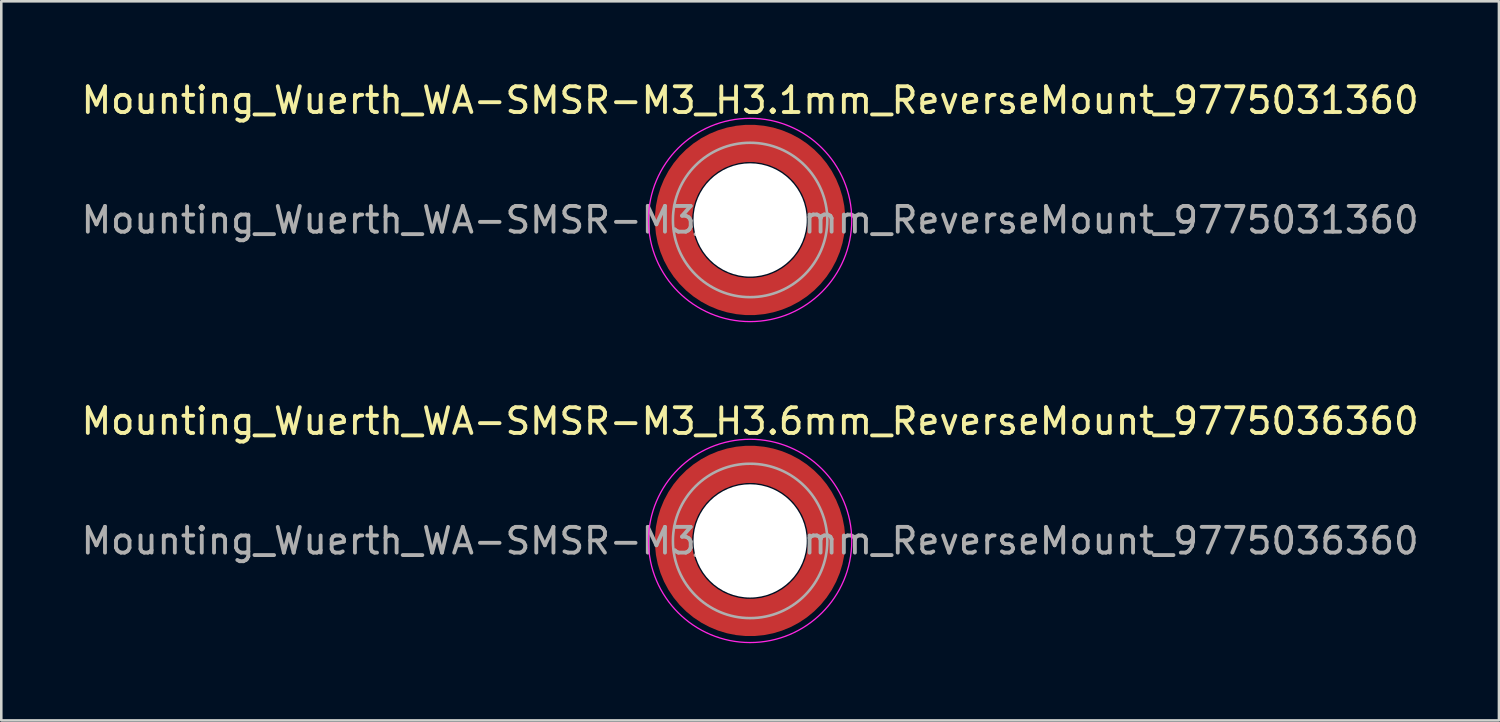
<source format=kicad_pcb>
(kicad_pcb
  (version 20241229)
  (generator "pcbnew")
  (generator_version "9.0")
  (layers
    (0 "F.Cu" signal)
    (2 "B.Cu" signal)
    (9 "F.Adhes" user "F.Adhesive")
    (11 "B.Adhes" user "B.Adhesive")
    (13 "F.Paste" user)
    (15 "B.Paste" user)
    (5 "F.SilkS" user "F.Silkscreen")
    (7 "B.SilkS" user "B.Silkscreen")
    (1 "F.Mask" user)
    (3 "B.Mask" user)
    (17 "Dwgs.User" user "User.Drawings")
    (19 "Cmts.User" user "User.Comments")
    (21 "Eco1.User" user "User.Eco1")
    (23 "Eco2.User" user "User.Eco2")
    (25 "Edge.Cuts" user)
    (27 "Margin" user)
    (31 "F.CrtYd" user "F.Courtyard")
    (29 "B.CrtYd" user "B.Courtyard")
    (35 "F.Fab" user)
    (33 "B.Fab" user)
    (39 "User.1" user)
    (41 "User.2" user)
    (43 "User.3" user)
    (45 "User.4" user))
  (footprint "Mounting_Wuerth_WA-SMSR-M3_H3.1mm_ReverseMount_9775031360"
    (layer "F.Cu")
    (at 26.101 5.498)
    (property "Reference" "Mounting_Wuerth_WA-SMSR-M3_H3.1mm_ReverseMount_9775031360" (at 0 -4.65 0) (layer "F.SilkS") (effects (font (size 1 1) (thickness 0.15))))
    (attr smd allow_soldermask_bridges)
    (fp_circle (center 0 0) (end 3.95 0) (stroke (width 0.05) (type solid)) (fill no) (layer "F.CrtYd"))
    (fp_circle (center 0 0) (end 3 0) (stroke (width 0.1) (type solid)) (fill no) (layer "F.Fab"))
    (fp_text user "${REFERENCE}" (at 0 0 0) (layer "F.Fab") (effects (font (size 1 1) (thickness 0.15))))
    (pad "" smd custom (at -2.095 -2.095) (size 0.672 0.672) (layers "F.Paste") (options (anchor circle)) (primitives (gr_arc (start -0.24231 1.594804) (mid 0.404819 0.404819) (end 1.594804 -0.24231) (width 0.2)) (gr_arc (start -0.3398 1.594804) (mid 0.337349 0.337349) (end 1.594804 -0.3398) (width 0.2)) (gr_arc (start -0.437132 1.594804) (mid 0.269879 0.269879) (end 1.594804 -0.437132) (width 0.2)) (gr_arc (start -0.534324 1.594804) (mid 0.202409 0.202409) (end 1.594804 -0.534324) (width 0.2)) (gr_arc (start -0.631391 1.594804) (mid 0.13494 0.13494) (end 1.594804 -0.631391) (width 0.2)) (gr_arc (start -0.728345 1.594804) (mid 0.06747 0.06747) (end 1.594804 -0.728345) (width 0.2)) (gr_arc (start -0.825197 1.594804) (mid 0 0) (end 1.594804 -0.825197) (width 0.2)) (gr_arc (start -0.921958 1.594804) (mid -0.06747 -0.06747) (end 1.594804 -0.921958) (width 0.2)) (gr_arc (start -1.018637 1.594804) (mid -0.13494 -0.13494) (end 1.594804 -1.018637) (width 0.2)) (gr_arc (start -1.115239 1.594804) (mid -0.202409 -0.202409) (end 1.594804 -1.115239) (width 0.2)) (gr_arc (start -1.211773 1.594804) (mid -0.269879 -0.269879) (end 1.594804 -1.211773) (width 0.2)) (gr_arc (start -1.308244 1.594804) (mid -0.337349 -0.337349) (end 1.594804 -1.308244) (width 0.2)) (gr_arc (start -1.404657 1.594804) (mid -0.404819 -0.404819) (end 1.594804 -1.404657) (width 0.2)) (gr_arc (start -1.404657 1.594804) (mid -0.404819 -0.404819) (end 1.594804 -1.404657) (width 0.2)) (gr_line (start 1.595 -0.242) (end 1.595 -1.405) (width 0.2)) (gr_line (start -0.242 1.595) (end -1.405 1.595) (width 0.2))))
    (pad "" smd custom (at -2.095 2.095) (size 0.672 0.672) (layers "F.Paste") (options (anchor circle)) (primitives (gr_arc (start 1.594804 0.24231) (mid 0.404819 -0.404819) (end -0.24231 -1.594804) (width 0.2)) (gr_arc (start 1.594804 0.3398) (mid 0.337349 -0.337349) (end -0.3398 -1.594804) (width 0.2)) (gr_arc (start 1.594804 0.437132) (mid 0.269879 -0.269879) (end -0.437132 -1.594804) (width 0.2)) (gr_arc (start 1.594804 0.534324) (mid 0.202409 -0.202409) (end -0.534324 -1.594804) (width 0.2)) (gr_arc (start 1.594804 0.631391) (mid 0.13494 -0.13494) (end -0.631391 -1.594804) (width 0.2)) (gr_arc (start 1.594804 0.728345) (mid 0.06747 -0.06747) (end -0.728345 -1.594804) (width 0.2)) (gr_arc (start 1.594804 0.825197) (mid 0 0) (end -0.825197 -1.594804) (width 0.2)) (gr_arc (start 1.594804 0.921958) (mid -0.06747 0.06747) (end -0.921958 -1.594804) (width 0.2)) (gr_arc (start 1.594804 1.018637) (mid -0.13494 0.13494) (end -1.018637 -1.594804) (width 0.2)) (gr_arc (start 1.594804 1.115239) (mid -0.202409 0.202409) (end -1.115239 -1.594804) (width 0.2)) (gr_arc (start 1.594804 1.211773) (mid -0.269879 0.269879) (end -1.211773 -1.594804) (width 0.2)) (gr_arc (start 1.594804 1.308244) (mid -0.337349 0.337349) (end -1.308244 -1.594804) (width 0.2)) (gr_arc (start 1.594804 1.404657) (mid -0.404819 0.404819) (end -1.404657 -1.594804) (width 0.2)) (gr_arc (start 1.594804 1.404657) (mid -0.404819 0.404819) (end -1.404657 -1.594804) (width 0.2)) (gr_line (start -0.242 -1.595) (end -1.405 -1.595) (width 0.2)) (gr_line (start 1.595 0.242) (end 1.595 1.405) (width 0.2))))
    (pad "" np_thru_hole circle (at 0 0) (size 4.4 4.4) (drill 4.4) (layers "*.Cu" "*.Mask"))
    (pad "" smd custom (at 2.095 -2.095) (size 0.672 0.672) (layers "F.Paste") (options (anchor circle)) (primitives (gr_arc (start -1.594804 -0.24231) (mid -0.404819 0.404819) (end 0.24231 1.594804) (width 0.2)) (gr_arc (start -1.594804 -0.3398) (mid -0.337349 0.337349) (end 0.3398 1.594804) (width 0.2)) (gr_arc (start -1.594804 -0.437132) (mid -0.269879 0.269879) (end 0.437132 1.594804) (width 0.2)) (gr_arc (start -1.594804 -0.534324) (mid -0.202409 0.202409) (end 0.534324 1.594804) (width 0.2)) (gr_arc (start -1.594804 -0.631391) (mid -0.13494 0.13494) (end 0.631391 1.594804) (width 0.2)) (gr_arc (start -1.594804 -0.728345) (mid -0.06747 0.06747) (end 0.728345 1.594804) (width 0.2)) (gr_arc (start -1.594804 -0.825197) (mid 0 0) (end 0.825197 1.594804) (width 0.2)) (gr_arc (start -1.594804 -0.921958) (mid 0.06747 -0.06747) (end 0.921958 1.594804) (width 0.2)) (gr_arc (start -1.594804 -1.018637) (mid 0.13494 -0.13494) (end 1.018637 1.594804) (width 0.2)) (gr_arc (start -1.594804 -1.115239) (mid 0.202409 -0.202409) (end 1.115239 1.594804) (width 0.2)) (gr_arc (start -1.594804 -1.211773) (mid 0.269879 -0.269879) (end 1.211773 1.594804) (width 0.2)) (gr_arc (start -1.594804 -1.308244) (mid 0.337349 -0.337349) (end 1.308244 1.594804) (width 0.2)) (gr_arc (start -1.594804 -1.404657) (mid 0.404819 -0.404819) (end 1.404657 1.594804) (width 0.2)) (gr_arc (start -1.594804 -1.404657) (mid 0.404819 -0.404819) (end 1.404657 1.594804) (width 0.2)) (gr_line (start 0.242 1.595) (end 1.405 1.595) (width 0.2)) (gr_line (start -1.595 -0.242) (end -1.595 -1.405) (width 0.2))))
    (pad "" smd custom (at 2.095 2.095) (size 0.672 0.672) (layers "F.Paste") (options (anchor circle)) (primitives (gr_arc (start 0.24231 -1.594804) (mid -0.404819 -0.404819) (end -1.594804 0.24231) (width 0.2)) (gr_arc (start 0.3398 -1.594804) (mid -0.337349 -0.337349) (end -1.594804 0.3398) (width 0.2)) (gr_arc (start 0.437132 -1.594804) (mid -0.269879 -0.269879) (end -1.594804 0.437132) (width 0.2)) (gr_arc (start 0.534324 -1.594804) (mid -0.202409 -0.202409) (end -1.594804 0.534324) (width 0.2)) (gr_arc (start 0.631391 -1.594804) (mid -0.13494 -0.13494) (end -1.594804 0.631391) (width 0.2)) (gr_arc (start 0.728345 -1.594804) (mid -0.06747 -0.06747) (end -1.594804 0.728345) (width 0.2)) (gr_arc (start 0.825197 -1.594804) (mid 0 0) (end -1.594804 0.825197) (width 0.2)) (gr_arc (start 0.921958 -1.594804) (mid 0.06747 0.06747) (end -1.594804 0.921958) (width 0.2)) (gr_arc (start 1.018637 -1.594804) (mid 0.13494 0.13494) (end -1.594804 1.018637) (width 0.2)) (gr_arc (start 1.115239 -1.594804) (mid 0.202409 0.202409) (end -1.594804 1.115239) (width 0.2)) (gr_arc (start 1.211773 -1.594804) (mid 0.269879 0.269879) (end -1.594804 1.211773) (width 0.2)) (gr_arc (start 1.308244 -1.594804) (mid 0.337349 0.337349) (end -1.594804 1.308244) (width 0.2)) (gr_arc (start 1.404657 -1.594804) (mid 0.404819 0.404819) (end -1.594804 1.404657) (width 0.2)) (gr_arc (start 1.404657 -1.594804) (mid 0.404819 0.404819) (end -1.594804 1.404657) (width 0.2)) (gr_line (start -1.595 0.242) (end -1.595 1.405) (width 0.2)) (gr_line (start 0.242 -1.595) (end 1.405 -1.595) (width 0.2))))
    (pad "1" smd circle (at -2.975 0) (size 0.942 0.942) (layers "F.Cu"))
    (pad "1" smd circle (at 0 -2.975) (size 0.942 0.942) (layers "F.Cu"))
    (pad "1" smd circle (at 0 2.975) (size 0.942 0.942) (layers "F.Cu"))
    (pad "1" smd custom (at 2.975 0) (size 1.45 1.45) (layers "F.Cu" "F.Mask") (options (anchor circle)) (primitives (gr_circle (center -2.975 0) (end 0 0) (width 1.45) (fill no)))))
  (footprint "Mounting_Wuerth_WA-SMSR-M3_H3.6mm_ReverseMount_9775036360"
    (layer "F.Cu")
    (at 26.101 17.971)
    (property "Reference" "Mounting_Wuerth_WA-SMSR-M3_H3.6mm_ReverseMount_9775036360" (at 0 -4.65 0) (layer "F.SilkS") (effects (font (size 1 1) (thickness 0.15))))
    (attr smd allow_soldermask_bridges)
    (fp_circle (center 0 0) (end 3.95 0) (stroke (width 0.05) (type solid)) (fill no) (layer "F.CrtYd"))
    (fp_circle (center 0 0) (end 3 0) (stroke (width 0.1) (type solid)) (fill no) (layer "F.Fab"))
    (fp_text user "${REFERENCE}" (at 0 0 0) (layer "F.Fab") (effects (font (size 1 1) (thickness 0.15))))
    (pad "" smd custom (at -2.095 -2.095) (size 0.672 0.672) (layers "F.Paste") (options (anchor circle)) (primitives (gr_arc (start -0.24231 1.594804) (mid 0.404819 0.404819) (end 1.594804 -0.24231) (width 0.2)) (gr_arc (start -0.3398 1.594804) (mid 0.337349 0.337349) (end 1.594804 -0.3398) (width 0.2)) (gr_arc (start -0.437132 1.594804) (mid 0.269879 0.269879) (end 1.594804 -0.437132) (width 0.2)) (gr_arc (start -0.534324 1.594804) (mid 0.202409 0.202409) (end 1.594804 -0.534324) (width 0.2)) (gr_arc (start -0.631391 1.594804) (mid 0.13494 0.13494) (end 1.594804 -0.631391) (width 0.2)) (gr_arc (start -0.728345 1.594804) (mid 0.06747 0.06747) (end 1.594804 -0.728345) (width 0.2)) (gr_arc (start -0.825197 1.594804) (mid 0 0) (end 1.594804 -0.825197) (width 0.2)) (gr_arc (start -0.921958 1.594804) (mid -0.06747 -0.06747) (end 1.594804 -0.921958) (width 0.2)) (gr_arc (start -1.018637 1.594804) (mid -0.13494 -0.13494) (end 1.594804 -1.018637) (width 0.2)) (gr_arc (start -1.115239 1.594804) (mid -0.202409 -0.202409) (end 1.594804 -1.115239) (width 0.2)) (gr_arc (start -1.211773 1.594804) (mid -0.269879 -0.269879) (end 1.594804 -1.211773) (width 0.2)) (gr_arc (start -1.308244 1.594804) (mid -0.337349 -0.337349) (end 1.594804 -1.308244) (width 0.2)) (gr_arc (start -1.404657 1.594804) (mid -0.404819 -0.404819) (end 1.594804 -1.404657) (width 0.2)) (gr_arc (start -1.404657 1.594804) (mid -0.404819 -0.404819) (end 1.594804 -1.404657) (width 0.2)) (gr_line (start 1.595 -0.242) (end 1.595 -1.405) (width 0.2)) (gr_line (start -0.242 1.595) (end -1.405 1.595) (width 0.2))))
    (pad "" smd custom (at -2.095 2.095) (size 0.672 0.672) (layers "F.Paste") (options (anchor circle)) (primitives (gr_arc (start 1.594804 0.24231) (mid 0.404819 -0.404819) (end -0.24231 -1.594804) (width 0.2)) (gr_arc (start 1.594804 0.3398) (mid 0.337349 -0.337349) (end -0.3398 -1.594804) (width 0.2)) (gr_arc (start 1.594804 0.437132) (mid 0.269879 -0.269879) (end -0.437132 -1.594804) (width 0.2)) (gr_arc (start 1.594804 0.534324) (mid 0.202409 -0.202409) (end -0.534324 -1.594804) (width 0.2)) (gr_arc (start 1.594804 0.631391) (mid 0.13494 -0.13494) (end -0.631391 -1.594804) (width 0.2)) (gr_arc (start 1.594804 0.728345) (mid 0.06747 -0.06747) (end -0.728345 -1.594804) (width 0.2)) (gr_arc (start 1.594804 0.825197) (mid 0 0) (end -0.825197 -1.594804) (width 0.2)) (gr_arc (start 1.594804 0.921958) (mid -0.06747 0.06747) (end -0.921958 -1.594804) (width 0.2)) (gr_arc (start 1.594804 1.018637) (mid -0.13494 0.13494) (end -1.018637 -1.594804) (width 0.2)) (gr_arc (start 1.594804 1.115239) (mid -0.202409 0.202409) (end -1.115239 -1.594804) (width 0.2)) (gr_arc (start 1.594804 1.211773) (mid -0.269879 0.269879) (end -1.211773 -1.594804) (width 0.2)) (gr_arc (start 1.594804 1.308244) (mid -0.337349 0.337349) (end -1.308244 -1.594804) (width 0.2)) (gr_arc (start 1.594804 1.404657) (mid -0.404819 0.404819) (end -1.404657 -1.594804) (width 0.2)) (gr_arc (start 1.594804 1.404657) (mid -0.404819 0.404819) (end -1.404657 -1.594804) (width 0.2)) (gr_line (start -0.242 -1.595) (end -1.405 -1.595) (width 0.2)) (gr_line (start 1.595 0.242) (end 1.595 1.405) (width 0.2))))
    (pad "" np_thru_hole circle (at 0 0) (size 4.4 4.4) (drill 4.4) (layers "*.Cu" "*.Mask"))
    (pad "" smd custom (at 2.095 -2.095) (size 0.672 0.672) (layers "F.Paste") (options (anchor circle)) (primitives (gr_arc (start -1.594804 -0.24231) (mid -0.404819 0.404819) (end 0.24231 1.594804) (width 0.2)) (gr_arc (start -1.594804 -0.3398) (mid -0.337349 0.337349) (end 0.3398 1.594804) (width 0.2)) (gr_arc (start -1.594804 -0.437132) (mid -0.269879 0.269879) (end 0.437132 1.594804) (width 0.2)) (gr_arc (start -1.594804 -0.534324) (mid -0.202409 0.202409) (end 0.534324 1.594804) (width 0.2)) (gr_arc (start -1.594804 -0.631391) (mid -0.13494 0.13494) (end 0.631391 1.594804) (width 0.2)) (gr_arc (start -1.594804 -0.728345) (mid -0.06747 0.06747) (end 0.728345 1.594804) (width 0.2)) (gr_arc (start -1.594804 -0.825197) (mid 0 0) (end 0.825197 1.594804) (width 0.2)) (gr_arc (start -1.594804 -0.921958) (mid 0.06747 -0.06747) (end 0.921958 1.594804) (width 0.2)) (gr_arc (start -1.594804 -1.018637) (mid 0.13494 -0.13494) (end 1.018637 1.594804) (width 0.2)) (gr_arc (start -1.594804 -1.115239) (mid 0.202409 -0.202409) (end 1.115239 1.594804) (width 0.2)) (gr_arc (start -1.594804 -1.211773) (mid 0.269879 -0.269879) (end 1.211773 1.594804) (width 0.2)) (gr_arc (start -1.594804 -1.308244) (mid 0.337349 -0.337349) (end 1.308244 1.594804) (width 0.2)) (gr_arc (start -1.594804 -1.404657) (mid 0.404819 -0.404819) (end 1.404657 1.594804) (width 0.2)) (gr_arc (start -1.594804 -1.404657) (mid 0.404819 -0.404819) (end 1.404657 1.594804) (width 0.2)) (gr_line (start 0.242 1.595) (end 1.405 1.595) (width 0.2)) (gr_line (start -1.595 -0.242) (end -1.595 -1.405) (width 0.2))))
    (pad "" smd custom (at 2.095 2.095) (size 0.672 0.672) (layers "F.Paste") (options (anchor circle)) (primitives (gr_arc (start 0.24231 -1.594804) (mid -0.404819 -0.404819) (end -1.594804 0.24231) (width 0.2)) (gr_arc (start 0.3398 -1.594804) (mid -0.337349 -0.337349) (end -1.594804 0.3398) (width 0.2)) (gr_arc (start 0.437132 -1.594804) (mid -0.269879 -0.269879) (end -1.594804 0.437132) (width 0.2)) (gr_arc (start 0.534324 -1.594804) (mid -0.202409 -0.202409) (end -1.594804 0.534324) (width 0.2)) (gr_arc (start 0.631391 -1.594804) (mid -0.13494 -0.13494) (end -1.594804 0.631391) (width 0.2)) (gr_arc (start 0.728345 -1.594804) (mid -0.06747 -0.06747) (end -1.594804 0.728345) (width 0.2)) (gr_arc (start 0.825197 -1.594804) (mid 0 0) (end -1.594804 0.825197) (width 0.2)) (gr_arc (start 0.921958 -1.594804) (mid 0.06747 0.06747) (end -1.594804 0.921958) (width 0.2)) (gr_arc (start 1.018637 -1.594804) (mid 0.13494 0.13494) (end -1.594804 1.018637) (width 0.2)) (gr_arc (start 1.115239 -1.594804) (mid 0.202409 0.202409) (end -1.594804 1.115239) (width 0.2)) (gr_arc (start 1.211773 -1.594804) (mid 0.269879 0.269879) (end -1.594804 1.211773) (width 0.2)) (gr_arc (start 1.308244 -1.594804) (mid 0.337349 0.337349) (end -1.594804 1.308244) (width 0.2)) (gr_arc (start 1.404657 -1.594804) (mid 0.404819 0.404819) (end -1.594804 1.404657) (width 0.2)) (gr_arc (start 1.404657 -1.594804) (mid 0.404819 0.404819) (end -1.594804 1.404657) (width 0.2)) (gr_line (start -1.595 0.242) (end -1.595 1.405) (width 0.2)) (gr_line (start 0.242 -1.595) (end 1.405 -1.595) (width 0.2))))
    (pad "1" smd circle (at -2.975 0) (size 0.942 0.942) (layers "F.Cu"))
    (pad "1" smd circle (at 0 -2.975) (size 0.942 0.942) (layers "F.Cu"))
    (pad "1" smd circle (at 0 2.975) (size 0.942 0.942) (layers "F.Cu"))
    (pad "1" smd custom (at 2.975 0) (size 1.45 1.45) (layers "F.Cu" "F.Mask") (options (anchor circle)) (primitives (gr_circle (center -2.975 0) (end 0 0) (width 1.45) (fill no)))))
  (gr_rect
    (start -3 -3)
    (end 55.202 24.947)
    (stroke (width 0.1) (type default))
    (fill no)
    (layer "Edge.Cuts")))
</source>
